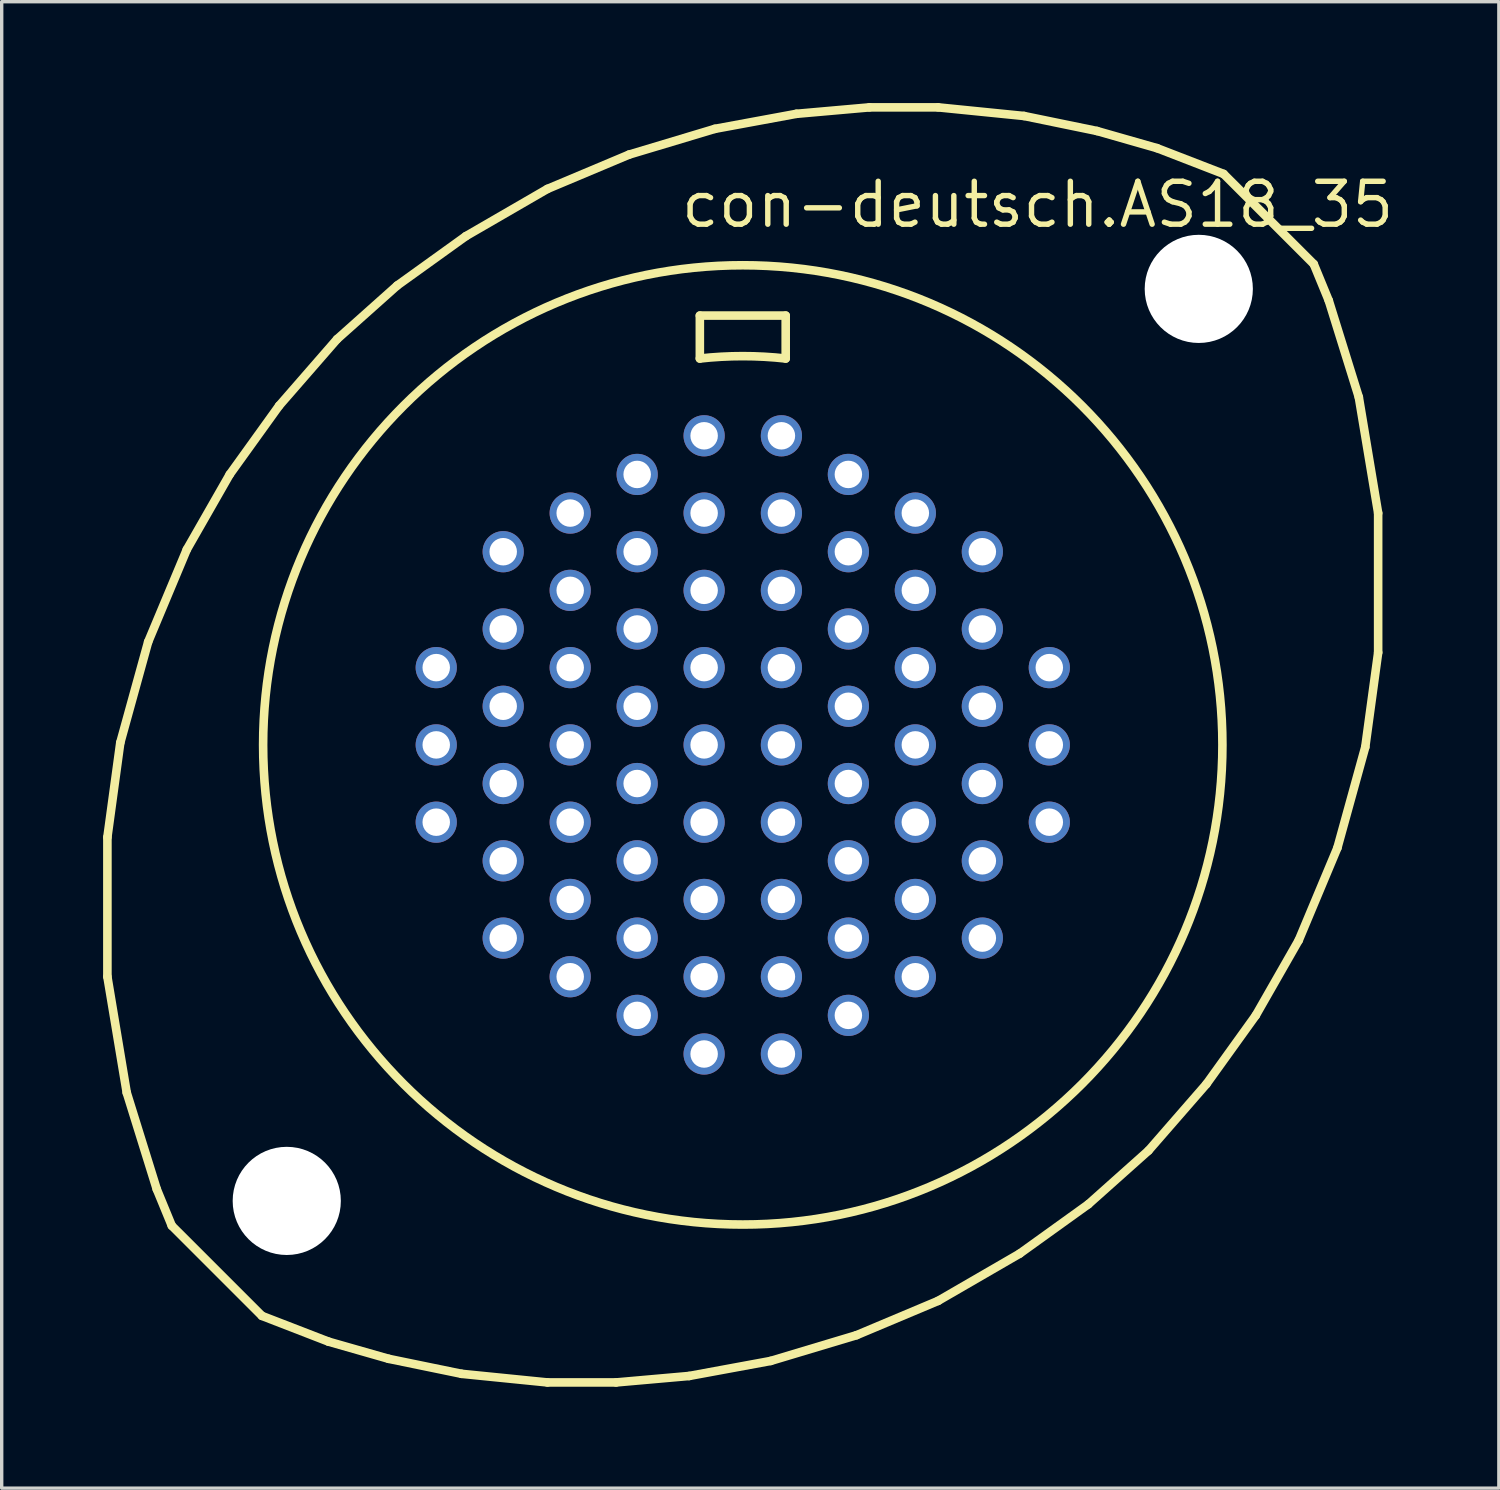
<source format=kicad_pcb>
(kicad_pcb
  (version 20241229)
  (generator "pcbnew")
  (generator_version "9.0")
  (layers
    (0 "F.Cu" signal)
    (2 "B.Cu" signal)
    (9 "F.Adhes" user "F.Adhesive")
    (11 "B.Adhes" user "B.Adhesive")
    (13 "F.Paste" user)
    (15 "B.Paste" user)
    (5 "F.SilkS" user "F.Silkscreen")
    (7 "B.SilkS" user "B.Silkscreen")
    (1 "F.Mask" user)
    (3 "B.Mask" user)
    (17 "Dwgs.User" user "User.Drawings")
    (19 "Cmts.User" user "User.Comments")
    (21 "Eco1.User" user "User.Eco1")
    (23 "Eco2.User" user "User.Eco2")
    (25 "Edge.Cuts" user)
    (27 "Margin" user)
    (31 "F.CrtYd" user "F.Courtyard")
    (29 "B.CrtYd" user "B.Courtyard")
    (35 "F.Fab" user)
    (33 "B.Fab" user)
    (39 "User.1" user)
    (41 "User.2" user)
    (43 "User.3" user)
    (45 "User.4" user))
  (footprint "con-deutsch.AS18_35"
    (layer "F.Cu")
    (at 18.923 18.986)
    (property "Reference" "con-deutsch.AS18_35" (at -1.905 -15.24 0) (layer "F.SilkS") (effects (font (size 1.27 1.27) (thickness 0.16)) (justify left bottom)))
    (attr through_hole)
    (fp_line (start -18.796 2.731) (end -18.415 -0.064) (stroke (width 0.254) (type default)) (layer "F.SilkS"))
    (fp_line (start -18.796 6.858) (end -18.796 2.731) (stroke (width 0.254) (type default)) (layer "F.SilkS"))
    (fp_line (start -18.415 -0.064) (end -17.59 -3.048) (stroke (width 0.254) (type default)) (layer "F.SilkS"))
    (fp_line (start -18.224 10.287) (end -18.796 6.858) (stroke (width 0.254) (type default)) (layer "F.SilkS"))
    (fp_line (start -17.59 -3.048) (end -16.447 -5.779) (stroke (width 0.254) (type default)) (layer "F.SilkS"))
    (fp_line (start -17.335 13.145) (end -18.224 10.287) (stroke (width 0.254) (type default)) (layer "F.SilkS"))
    (fp_line (start -16.891 14.224) (end -17.335 13.145) (stroke (width 0.254) (type default)) (layer "F.SilkS"))
    (fp_line (start -16.891 14.224) (end -14.224 16.891) (stroke (width 0.254) (type default)) (layer "F.SilkS"))
    (fp_line (start -16.447 -5.779) (end -15.177 -8.001) (stroke (width 0.254) (type default)) (layer "F.SilkS"))
    (fp_line (start -15.177 -8.001) (end -13.716 -10.033) (stroke (width 0.254) (type default)) (layer "F.SilkS"))
    (fp_line (start -13.716 -10.033) (end -12.002 -12.002) (stroke (width 0.254) (type default)) (layer "F.SilkS"))
    (fp_line (start -12.255 17.653) (end -14.224 16.891) (stroke (width 0.254) (type default)) (layer "F.SilkS"))
    (fp_line (start -12.002 -12.002) (end -10.223 -13.589) (stroke (width 0.254) (type default)) (layer "F.SilkS"))
    (fp_line (start -10.477 18.161) (end -12.255 17.653) (stroke (width 0.254) (type default)) (layer "F.SilkS"))
    (fp_line (start -10.223 -13.589) (end -8.191 -15.05) (stroke (width 0.254) (type default)) (layer "F.SilkS"))
    (fp_line (start -8.319 18.605) (end -10.477 18.161) (stroke (width 0.254) (type default)) (layer "F.SilkS"))
    (fp_line (start -8.191 -15.05) (end -5.779 -16.447) (stroke (width 0.254) (type default)) (layer "F.SilkS"))
    (fp_line (start -5.779 -16.447) (end -3.365 -17.462) (stroke (width 0.254) (type default)) (layer "F.SilkS"))
    (fp_line (start -5.779 18.86) (end -8.319 18.605) (stroke (width 0.254) (type default)) (layer "F.SilkS"))
    (fp_line (start -3.747 18.86) (end -5.779 18.86) (stroke (width 0.254) (type default)) (layer "F.SilkS"))
    (fp_line (start -3.365 -17.462) (end -0.826 -18.224) (stroke (width 0.254) (type default)) (layer "F.SilkS"))
    (fp_line (start -1.587 18.669) (end -3.747 18.86) (stroke (width 0.254) (type default)) (layer "F.SilkS"))
    (fp_line (start -1.27 -12.7) (end 1.27 -12.7) (stroke (width 0.254) (type default)) (layer "F.SilkS"))
    (fp_line (start -1.27 -11.43) (end -1.27 -12.7) (stroke (width 0.254) (type default)) (layer "F.SilkS"))
    (fp_line (start -0.826 -18.224) (end 1.587 -18.669) (stroke (width 0.254) (type default)) (layer "F.SilkS"))
    (fp_line (start 0.826 18.224) (end -1.587 18.669) (stroke (width 0.254) (type default)) (layer "F.SilkS"))
    (fp_line (start 1.27 -12.7) (end 1.27 -11.43) (stroke (width 0.254) (type default)) (layer "F.SilkS"))
    (fp_line (start 1.587 -18.669) (end 3.747 -18.86) (stroke (width 0.254) (type default)) (layer "F.SilkS"))
    (fp_line (start 3.365 17.462) (end 0.826 18.224) (stroke (width 0.254) (type default)) (layer "F.SilkS"))
    (fp_line (start 3.747 -18.86) (end 5.779 -18.86) (stroke (width 0.254) (type default)) (layer "F.SilkS"))
    (fp_line (start 5.779 -18.86) (end 8.319 -18.605) (stroke (width 0.254) (type default)) (layer "F.SilkS"))
    (fp_line (start 5.779 16.447) (end 3.365 17.462) (stroke (width 0.254) (type default)) (layer "F.SilkS"))
    (fp_line (start 8.191 15.05) (end 5.779 16.447) (stroke (width 0.254) (type default)) (layer "F.SilkS"))
    (fp_line (start 8.319 -18.605) (end 10.477 -18.161) (stroke (width 0.254) (type default)) (layer "F.SilkS"))
    (fp_line (start 10.223 13.589) (end 8.191 15.05) (stroke (width 0.254) (type default)) (layer "F.SilkS"))
    (fp_line (start 10.477 -18.161) (end 12.255 -17.653) (stroke (width 0.254) (type default)) (layer "F.SilkS"))
    (fp_line (start 12.002 12.002) (end 10.223 13.589) (stroke (width 0.254) (type default)) (layer "F.SilkS"))
    (fp_line (start 12.255 -17.653) (end 14.224 -16.891) (stroke (width 0.254) (type default)) (layer "F.SilkS"))
    (fp_line (start 13.716 10.033) (end 12.002 12.002) (stroke (width 0.254) (type default)) (layer "F.SilkS"))
    (fp_line (start 14.224 -16.891) (end 16.891 -14.224) (stroke (width 0.254) (type default)) (layer "F.SilkS"))
    (fp_line (start 15.177 8.001) (end 13.716 10.033) (stroke (width 0.254) (type default)) (layer "F.SilkS"))
    (fp_line (start 16.447 5.779) (end 15.177 8.001) (stroke (width 0.254) (type default)) (layer "F.SilkS"))
    (fp_line (start 16.891 -14.224) (end 17.335 -13.145) (stroke (width 0.254) (type default)) (layer "F.SilkS"))
    (fp_line (start 17.335 -13.145) (end 18.224 -10.287) (stroke (width 0.254) (type default)) (layer "F.SilkS"))
    (fp_line (start 17.59 3.048) (end 16.447 5.779) (stroke (width 0.254) (type default)) (layer "F.SilkS"))
    (fp_line (start 18.224 -10.287) (end 18.796 -6.858) (stroke (width 0.254) (type default)) (layer "F.SilkS"))
    (fp_line (start 18.415 0.064) (end 17.59 3.048) (stroke (width 0.254) (type default)) (layer "F.SilkS"))
    (fp_line (start 18.796 -6.858) (end 18.796 -2.731) (stroke (width 0.254) (type default)) (layer "F.SilkS"))
    (fp_line (start 18.796 -2.731) (end 18.415 0.064) (stroke (width 0.254) (type default)) (layer "F.SilkS"))
    (fp_arc (start -1.27 -11.43) (mid 0 -11.500339) (end 1.27 -11.43) (stroke (width 0.254) (type default)) (layer "F.SilkS"))
    (fp_circle (center 0 0) (end 14.189 0) (stroke (width 0.254) (type default)) (fill no) (layer "F.SilkS"))
    (pad "" np_thru_hole circle (at -13.49 13.49) (size 3.2 3.2) (drill 3.2) (layers "*.Cu" "*.Mask"))
    (pad "" np_thru_hole circle (at 13.49 -13.49) (size 3.2 3.2) (drill 3.2) (layers "*.Cu" "*.Mask"))
    (pad "1" thru_hole circle (at -9.068 -2.286) (size 1.219 1.219) (drill 0.813) (layers "*.Cu" "*.Mask"))
    (pad "2" thru_hole circle (at -9.068 0) (size 1.219 1.219) (drill 0.813) (layers "*.Cu" "*.Mask"))
    (pad "3" thru_hole circle (at -9.068 2.286) (size 1.219 1.219) (drill 0.813) (layers "*.Cu" "*.Mask"))
    (pad "4" thru_hole circle (at -7.087 -5.715) (size 1.219 1.219) (drill 0.813) (layers "*.Cu" "*.Mask"))
    (pad "5" thru_hole circle (at -7.087 -3.429) (size 1.219 1.219) (drill 0.813) (layers "*.Cu" "*.Mask"))
    (pad "6" thru_hole circle (at -7.087 -1.143) (size 1.219 1.219) (drill 0.813) (layers "*.Cu" "*.Mask"))
    (pad "7" thru_hole circle (at -7.087 1.143) (size 1.219 1.219) (drill 0.813) (layers "*.Cu" "*.Mask"))
    (pad "8" thru_hole circle (at -7.087 3.429) (size 1.219 1.219) (drill 0.813) (layers "*.Cu" "*.Mask"))
    (pad "9" thru_hole circle (at -7.087 5.715) (size 1.219 1.219) (drill 0.813) (layers "*.Cu" "*.Mask"))
    (pad "10" thru_hole circle (at -5.105 -6.858) (size 1.219 1.219) (drill 0.813) (layers "*.Cu" "*.Mask"))
    (pad "11" thru_hole circle (at -5.105 -4.572) (size 1.219 1.219) (drill 0.813) (layers "*.Cu" "*.Mask"))
    (pad "12" thru_hole circle (at -5.105 -2.286) (size 1.219 1.219) (drill 0.813) (layers "*.Cu" "*.Mask"))
    (pad "13" thru_hole circle (at -5.105 0) (size 1.219 1.219) (drill 0.813) (layers "*.Cu" "*.Mask"))
    (pad "14" thru_hole circle (at -5.105 2.286) (size 1.219 1.219) (drill 0.813) (layers "*.Cu" "*.Mask"))
    (pad "15" thru_hole circle (at -5.105 4.572) (size 1.219 1.219) (drill 0.813) (layers "*.Cu" "*.Mask"))
    (pad "16" thru_hole circle (at -5.105 6.858) (size 1.219 1.219) (drill 0.813) (layers "*.Cu" "*.Mask"))
    (pad "17" thru_hole circle (at -3.124 -8.001) (size 1.219 1.219) (drill 0.813) (layers "*.Cu" "*.Mask"))
    (pad "18" thru_hole circle (at -3.124 -5.715) (size 1.219 1.219) (drill 0.813) (layers "*.Cu" "*.Mask"))
    (pad "19" thru_hole circle (at -3.124 -3.429) (size 1.219 1.219) (drill 0.813) (layers "*.Cu" "*.Mask"))
    (pad "20" thru_hole circle (at -3.124 -1.143) (size 1.219 1.219) (drill 0.813) (layers "*.Cu" "*.Mask"))
    (pad "21" thru_hole circle (at -3.124 1.143) (size 1.219 1.219) (drill 0.813) (layers "*.Cu" "*.Mask"))
    (pad "22" thru_hole circle (at -3.124 3.429) (size 1.219 1.219) (drill 0.813) (layers "*.Cu" "*.Mask"))
    (pad "23" thru_hole circle (at -3.124 5.715) (size 1.219 1.219) (drill 0.813) (layers "*.Cu" "*.Mask"))
    (pad "24" thru_hole circle (at -3.124 8.001) (size 1.219 1.219) (drill 0.813) (layers "*.Cu" "*.Mask"))
    (pad "25" thru_hole circle (at -1.143 -9.144) (size 1.219 1.219) (drill 0.813) (layers "*.Cu" "*.Mask"))
    (pad "26" thru_hole circle (at -1.143 -6.858) (size 1.219 1.219) (drill 0.813) (layers "*.Cu" "*.Mask"))
    (pad "27" thru_hole circle (at -1.143 -4.572) (size 1.219 1.219) (drill 0.813) (layers "*.Cu" "*.Mask"))
    (pad "28" thru_hole circle (at -1.143 -2.286) (size 1.219 1.219) (drill 0.813) (layers "*.Cu" "*.Mask"))
    (pad "29" thru_hole circle (at -1.143 0) (size 1.219 1.219) (drill 0.813) (layers "*.Cu" "*.Mask"))
    (pad "30" thru_hole circle (at -1.143 2.286) (size 1.219 1.219) (drill 0.813) (layers "*.Cu" "*.Mask"))
    (pad "31" thru_hole circle (at -1.143 4.572) (size 1.219 1.219) (drill 0.813) (layers "*.Cu" "*.Mask"))
    (pad "32" thru_hole circle (at -1.143 6.858) (size 1.219 1.219) (drill 0.813) (layers "*.Cu" "*.Mask"))
    (pad "33" thru_hole circle (at -1.143 9.144) (size 1.219 1.219) (drill 0.813) (layers "*.Cu" "*.Mask"))
    (pad "34" thru_hole circle (at 1.143 -9.144) (size 1.219 1.219) (drill 0.813) (layers "*.Cu" "*.Mask"))
    (pad "35" thru_hole circle (at 1.143 -6.858) (size 1.219 1.219) (drill 0.813) (layers "*.Cu" "*.Mask"))
    (pad "36" thru_hole circle (at 1.143 -4.572) (size 1.219 1.219) (drill 0.813) (layers "*.Cu" "*.Mask"))
    (pad "37" thru_hole circle (at 1.143 -2.286) (size 1.219 1.219) (drill 0.813) (layers "*.Cu" "*.Mask"))
    (pad "38" thru_hole circle (at 1.143 0) (size 1.219 1.219) (drill 0.813) (layers "*.Cu" "*.Mask"))
    (pad "39" thru_hole circle (at 1.143 2.286) (size 1.219 1.219) (drill 0.813) (layers "*.Cu" "*.Mask"))
    (pad "40" thru_hole circle (at 1.143 4.572) (size 1.219 1.219) (drill 0.813) (layers "*.Cu" "*.Mask"))
    (pad "41" thru_hole circle (at 1.143 6.858) (size 1.219 1.219) (drill 0.813) (layers "*.Cu" "*.Mask"))
    (pad "42" thru_hole circle (at 1.143 9.144) (size 1.219 1.219) (drill 0.813) (layers "*.Cu" "*.Mask"))
    (pad "43" thru_hole circle (at 3.124 -8.001) (size 1.219 1.219) (drill 0.813) (layers "*.Cu" "*.Mask"))
    (pad "44" thru_hole circle (at 3.124 -5.715) (size 1.219 1.219) (drill 0.813) (layers "*.Cu" "*.Mask"))
    (pad "45" thru_hole circle (at 3.124 -3.429) (size 1.219 1.219) (drill 0.813) (layers "*.Cu" "*.Mask"))
    (pad "46" thru_hole circle (at 3.124 -1.143) (size 1.219 1.219) (drill 0.813) (layers "*.Cu" "*.Mask"))
    (pad "47" thru_hole circle (at 3.124 1.143) (size 1.219 1.219) (drill 0.813) (layers "*.Cu" "*.Mask"))
    (pad "48" thru_hole circle (at 3.124 3.429) (size 1.219 1.219) (drill 0.813) (layers "*.Cu" "*.Mask"))
    (pad "49" thru_hole circle (at 3.124 5.715) (size 1.219 1.219) (drill 0.813) (layers "*.Cu" "*.Mask"))
    (pad "50" thru_hole circle (at 3.124 8.001) (size 1.219 1.219) (drill 0.813) (layers "*.Cu" "*.Mask"))
    (pad "51" thru_hole circle (at 5.105 -6.858) (size 1.219 1.219) (drill 0.813) (layers "*.Cu" "*.Mask"))
    (pad "52" thru_hole circle (at 5.105 -4.572) (size 1.219 1.219) (drill 0.813) (layers "*.Cu" "*.Mask"))
    (pad "53" thru_hole circle (at 5.105 -2.286) (size 1.219 1.219) (drill 0.813) (layers "*.Cu" "*.Mask"))
    (pad "54" thru_hole circle (at 5.105 0) (size 1.219 1.219) (drill 0.813) (layers "*.Cu" "*.Mask"))
    (pad "55" thru_hole circle (at 5.105 2.286) (size 1.219 1.219) (drill 0.813) (layers "*.Cu" "*.Mask"))
    (pad "56" thru_hole circle (at 5.105 4.572) (size 1.219 1.219) (drill 0.813) (layers "*.Cu" "*.Mask"))
    (pad "57" thru_hole circle (at 5.105 6.858) (size 1.219 1.219) (drill 0.813) (layers "*.Cu" "*.Mask"))
    (pad "58" thru_hole circle (at 7.087 -5.715) (size 1.219 1.219) (drill 0.813) (layers "*.Cu" "*.Mask"))
    (pad "59" thru_hole circle (at 7.087 -3.429) (size 1.219 1.219) (drill 0.813) (layers "*.Cu" "*.Mask"))
    (pad "60" thru_hole circle (at 7.087 -1.143) (size 1.219 1.219) (drill 0.813) (layers "*.Cu" "*.Mask"))
    (pad "61" thru_hole circle (at 7.087 1.143) (size 1.219 1.219) (drill 0.813) (layers "*.Cu" "*.Mask"))
    (pad "62" thru_hole circle (at 7.087 3.429) (size 1.219 1.219) (drill 0.813) (layers "*.Cu" "*.Mask"))
    (pad "63" thru_hole circle (at 7.087 5.715) (size 1.219 1.219) (drill 0.813) (layers "*.Cu" "*.Mask"))
    (pad "64" thru_hole circle (at 9.068 -2.286) (size 1.219 1.219) (drill 0.813) (layers "*.Cu" "*.Mask"))
    (pad "65" thru_hole circle (at 9.068 0) (size 1.219 1.219) (drill 0.813) (layers "*.Cu" "*.Mask"))
    (pad "66" thru_hole circle (at 9.068 2.286) (size 1.219 1.219) (drill 0.813) (layers "*.Cu" "*.Mask")))
  (gr_rect
    (start -3 -3)
    (end 41.29 40.973)
    (stroke (width 0.1) (type default))
    (fill no)
    (layer "Edge.Cuts")))
</source>
